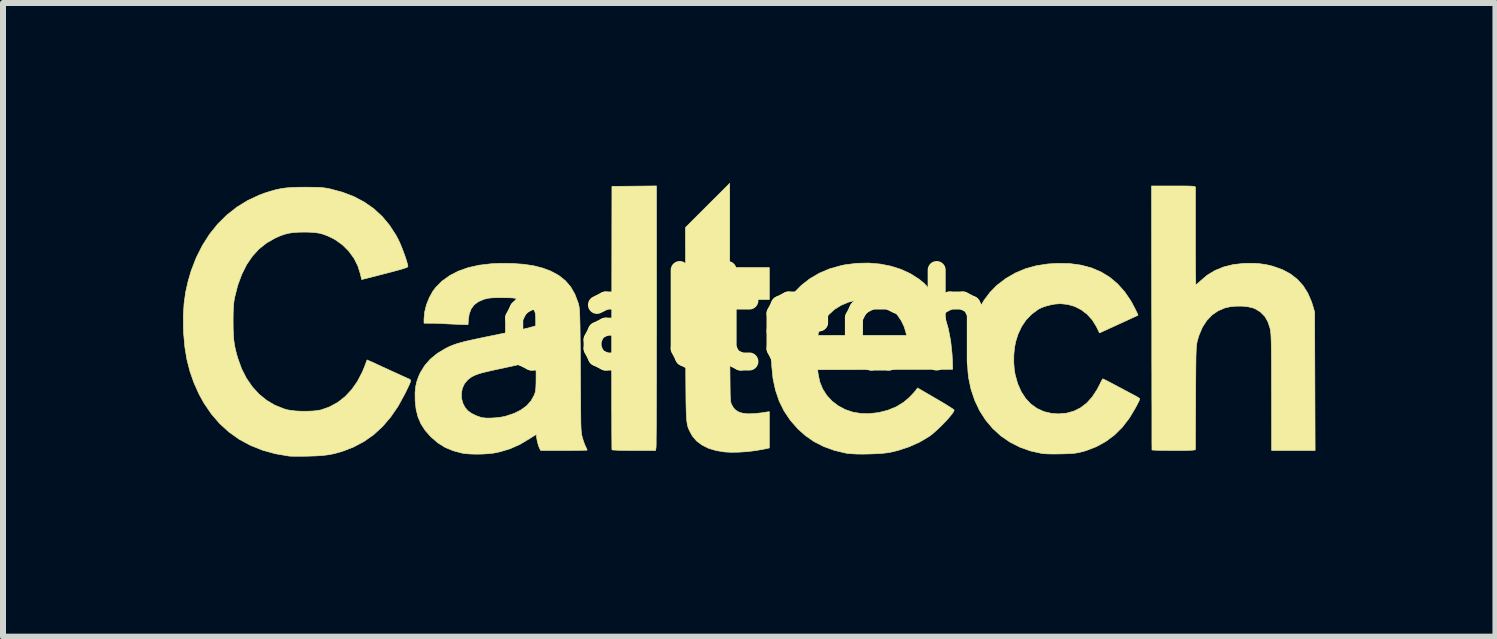
<source format=kicad_pcb>
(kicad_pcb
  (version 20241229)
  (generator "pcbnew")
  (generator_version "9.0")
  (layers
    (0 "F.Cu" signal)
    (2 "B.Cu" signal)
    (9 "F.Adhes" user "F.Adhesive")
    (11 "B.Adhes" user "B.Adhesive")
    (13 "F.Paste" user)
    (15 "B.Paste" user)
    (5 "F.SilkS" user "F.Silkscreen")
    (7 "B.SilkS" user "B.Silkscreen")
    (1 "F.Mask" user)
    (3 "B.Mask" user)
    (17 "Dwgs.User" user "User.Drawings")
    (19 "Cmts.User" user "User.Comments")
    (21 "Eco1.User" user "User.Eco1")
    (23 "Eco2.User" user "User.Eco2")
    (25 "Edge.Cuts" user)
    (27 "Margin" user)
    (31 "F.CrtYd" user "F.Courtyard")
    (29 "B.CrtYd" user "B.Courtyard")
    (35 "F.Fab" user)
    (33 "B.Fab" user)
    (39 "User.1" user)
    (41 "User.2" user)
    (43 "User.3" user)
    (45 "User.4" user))
  (footprint "caltech"
    (layer "F.Cu")
    (at 9.4 2.284)
    (property "Reference" "caltech" (at 0 0 0) (layer "F.SilkS") (effects (font (size 1.524 1.524) (thickness 0.3))))
    (attr through_hole)
    (fp_poly (pts (xy -1.511 -0.083) (xy -1.511 0.15) (xy -1.512 0.376) (xy -1.512 0.595) (xy -1.512 0.804) (xy -1.512 1.003) (xy -1.513 1.19) (xy -1.513 1.364) (xy -1.514 1.523) (xy -1.514 1.667) (xy -1.515 1.793) (xy -1.516 1.901) (xy -1.517 1.989) (xy -1.517 2.056) (xy -1.518 2.1) (xy -1.519 2.12) (xy -1.519 2.121) (xy -1.527 2.172) (xy -1.887 2.172) (xy -1.98 2.171) (xy -2.065 2.17) (xy -2.137 2.169) (xy -2.195 2.166) (xy -2.235 2.164) (xy -2.253 2.161) (xy -2.253 2.16) (xy -2.254 2.147) (xy -2.255 2.109) (xy -2.255 2.048) (xy -2.256 1.966) (xy -2.257 1.864) (xy -2.257 1.743) (xy -2.257 1.604) (xy -2.258 1.449) (xy -2.258 1.279) (xy -2.258 1.095) (xy -2.258 0.899) (xy -2.258 0.692) (xy -2.258 0.476) (xy -2.258 0.25) (xy -2.257 0.018) (xy -2.257 -0.04) (xy -2.254 -2.229) (xy -1.883 -2.232) (xy -1.512 -2.236) (xy -1.511 -0.083)) (stroke (width 0.01) (type solid)) (fill yes) (layer "F.SilkS"))
    (fp_poly (pts (xy -0.292 -0.876) (xy 0.368 -0.876) (xy 0.368 -0.343) (xy -0.293 -0.343) (xy -0.29 0.505) (xy -0.289 0.672) (xy -0.288 0.816) (xy -0.287 0.939) (xy -0.286 1.042) (xy -0.285 1.127) (xy -0.284 1.196) (xy -0.283 1.252) (xy -0.281 1.295) (xy -0.278 1.328) (xy -0.276 1.354) (xy -0.272 1.373) (xy -0.268 1.388) (xy -0.264 1.4) (xy -0.259 1.41) (xy -0.227 1.464) (xy -0.186 1.505) (xy -0.134 1.535) (xy -0.067 1.553) (xy 0.015 1.561) (xy 0.115 1.558) (xy 0.236 1.545) (xy 0.333 1.53) (xy 0.368 1.525) (xy 0.368 2.13) (xy 0.27 2.151) (xy 0.137 2.174) (xy -0.002 2.191) (xy -0.141 2.2) (xy -0.271 2.202) (xy -0.378 2.196) (xy -0.519 2.173) (xy -0.645 2.135) (xy -0.753 2.081) (xy -0.843 2.014) (xy -0.912 1.933) (xy -0.945 1.875) (xy -0.956 1.852) (xy -0.966 1.832) (xy -0.975 1.812) (xy -0.983 1.793) (xy -0.99 1.771) (xy -0.996 1.747) (xy -1.001 1.718) (xy -1.006 1.684) (xy -1.01 1.642) (xy -1.013 1.592) (xy -1.016 1.531) (xy -1.018 1.46) (xy -1.02 1.375) (xy -1.021 1.276) (xy -1.022 1.162) (xy -1.023 1.03) (xy -1.024 0.881) (xy -1.024 0.711) (xy -1.025 0.521) (xy -1.025 0.307) (xy -1.026 0.07) (xy -1.026 0.057) (xy -1.029 -1.543) (xy -0.292 -2.279) (xy -0.292 -0.876)) (stroke (width 0.01) (type solid)) (fill yes) (layer "F.SilkS"))
    (fp_poly (pts (xy 2.212 -0.935) (xy 2.392 -0.9) (xy 2.563 -0.846) (xy 2.72 -0.773) (xy 2.863 -0.682) (xy 2.944 -0.616) (xy 3.052 -0.502) (xy 3.147 -0.368) (xy 3.229 -0.214) (xy 3.297 -0.043) (xy 3.351 0.145) (xy 3.39 0.348) (xy 3.413 0.564) (xy 3.42 0.699) (xy 3.423 0.819) (xy 2.298 0.822) (xy 1.173 0.826) (xy 1.182 0.9) (xy 1.209 1.03) (xy 1.258 1.149) (xy 1.327 1.256) (xy 1.414 1.35) (xy 1.516 1.428) (xy 1.632 1.49) (xy 1.759 1.533) (xy 1.895 1.556) (xy 2.026 1.559) (xy 2.192 1.54) (xy 2.345 1.501) (xy 2.484 1.444) (xy 2.607 1.368) (xy 2.688 1.3) (xy 2.731 1.257) (xy 2.77 1.216) (xy 2.799 1.183) (xy 2.808 1.171) (xy 2.839 1.13) (xy 3.144 1.308) (xy 3.223 1.354) (xy 3.295 1.397) (xy 3.356 1.435) (xy 3.403 1.465) (xy 3.435 1.487) (xy 3.448 1.497) (xy 3.448 1.498) (xy 3.439 1.523) (xy 3.414 1.561) (xy 3.375 1.609) (xy 3.327 1.664) (xy 3.271 1.723) (xy 3.212 1.782) (xy 3.152 1.838) (xy 3.095 1.889) (xy 3.042 1.93) (xy 3.027 1.94) (xy 2.874 2.031) (xy 2.702 2.108) (xy 2.517 2.17) (xy 2.398 2.199) (xy 2.329 2.211) (xy 2.242 2.22) (xy 2.142 2.226) (xy 2.036 2.23) (xy 1.929 2.232) (xy 1.827 2.231) (xy 1.737 2.226) (xy 1.664 2.219) (xy 1.645 2.216) (xy 1.451 2.17) (xy 1.275 2.106) (xy 1.114 2.024) (xy 0.967 1.922) (xy 0.844 1.811) (xy 0.719 1.669) (xy 0.616 1.516) (xy 0.533 1.349) (xy 0.472 1.169) (xy 0.43 0.975) (xy 0.409 0.766) (xy 0.405 0.637) (xy 0.416 0.424) (xy 0.443 0.254) (xy 1.178 0.254) (xy 2.654 0.254) (xy 2.646 0.213) (xy 2.616 0.111) (xy 2.567 0.009) (xy 2.503 -0.086) (xy 2.429 -0.166) (xy 2.429 -0.166) (xy 2.324 -0.245) (xy 2.208 -0.3) (xy 2.083 -0.333) (xy 1.955 -0.343) (xy 1.817 -0.332) (xy 1.685 -0.299) (xy 1.563 -0.247) (xy 1.452 -0.178) (xy 1.358 -0.091) (xy 1.322 -0.048) (xy 1.285 0.007) (xy 1.248 0.069) (xy 1.217 0.131) (xy 1.194 0.186) (xy 1.186 0.216) (xy 1.178 0.254) (xy 0.443 0.254) (xy 0.448 0.222) (xy 0.5 0.033) (xy 0.572 -0.142) (xy 0.663 -0.303) (xy 0.772 -0.448) (xy 0.899 -0.577) (xy 1.042 -0.689) (xy 1.201 -0.782) (xy 1.374 -0.855) (xy 1.563 -0.908) (xy 1.629 -0.922) (xy 1.828 -0.947) (xy 2.023 -0.951) (xy 2.212 -0.935)) (stroke (width 0.01) (type solid)) (fill yes) (layer "F.SilkS"))
    (fp_poly (pts (xy 5.377 -0.942) (xy 5.564 -0.916) (xy 5.737 -0.87) (xy 5.896 -0.802) (xy 6.04 -0.714) (xy 6.171 -0.604) (xy 6.288 -0.473) (xy 6.392 -0.321) (xy 6.448 -0.217) (xy 6.474 -0.165) (xy 6.495 -0.122) (xy 6.508 -0.093) (xy 6.512 -0.082) (xy 6.5 -0.076) (xy 6.468 -0.061) (xy 6.419 -0.039) (xy 6.355 -0.009) (xy 6.281 0.025) (xy 6.198 0.063) (xy 6.189 0.067) (xy 5.87 0.213) (xy 5.818 0.107) (xy 5.75 -0.003) (xy 5.666 -0.096) (xy 5.567 -0.172) (xy 5.458 -0.228) (xy 5.34 -0.262) (xy 5.217 -0.274) (xy 5.129 -0.268) (xy 5.053 -0.254) (xy 4.977 -0.234) (xy 4.909 -0.21) (xy 4.857 -0.185) (xy 4.852 -0.182) (xy 4.739 -0.099) (xy 4.647 -0.004) (xy 4.572 0.106) (xy 4.513 0.233) (xy 4.474 0.355) (xy 4.453 0.461) (xy 4.442 0.581) (xy 4.441 0.706) (xy 4.45 0.827) (xy 4.464 0.908) (xy 4.506 1.058) (xy 4.564 1.19) (xy 4.637 1.303) (xy 4.725 1.397) (xy 4.826 1.47) (xy 4.94 1.523) (xy 5.066 1.553) (xy 5.182 1.562) (xy 5.317 1.551) (xy 5.441 1.517) (xy 5.554 1.461) (xy 5.656 1.383) (xy 5.748 1.281) (xy 5.83 1.156) (xy 5.874 1.071) (xy 5.895 1.028) (xy 5.913 0.995) (xy 5.923 0.979) (xy 5.925 0.978) (xy 5.939 0.984) (xy 5.973 1.001) (xy 6.028 1.029) (xy 6.1 1.067) (xy 6.188 1.114) (xy 6.292 1.169) (xy 6.325 1.186) (xy 6.38 1.216) (xy 6.433 1.244) (xy 6.475 1.266) (xy 6.493 1.276) (xy 6.522 1.294) (xy 6.539 1.308) (xy 6.54 1.311) (xy 6.534 1.332) (xy 6.517 1.369) (xy 6.492 1.418) (xy 6.461 1.475) (xy 6.426 1.534) (xy 6.392 1.591) (xy 6.364 1.635) (xy 6.25 1.784) (xy 6.121 1.912) (xy 5.977 2.02) (xy 5.818 2.108) (xy 5.644 2.175) (xy 5.559 2.198) (xy 5.511 2.209) (xy 5.46 2.217) (xy 5.399 2.222) (xy 5.325 2.226) (xy 5.231 2.229) (xy 5.22 2.229) (xy 5.139 2.23) (xy 5.062 2.23) (xy 4.994 2.228) (xy 4.942 2.225) (xy 4.913 2.222) (xy 4.721 2.18) (xy 4.542 2.116) (xy 4.377 2.032) (xy 4.226 1.928) (xy 4.092 1.806) (xy 3.974 1.666) (xy 3.873 1.51) (xy 3.792 1.338) (xy 3.729 1.151) (xy 3.69 0.966) (xy 3.679 0.87) (xy 3.672 0.758) (xy 3.67 0.639) (xy 3.672 0.52) (xy 3.679 0.41) (xy 3.691 0.318) (xy 3.729 0.145) (xy 3.786 -0.023) (xy 3.859 -0.182) (xy 3.945 -0.329) (xy 4.043 -0.46) (xy 4.151 -0.571) (xy 4.162 -0.581) (xy 4.31 -0.694) (xy 4.467 -0.785) (xy 4.635 -0.856) (xy 4.815 -0.906) (xy 5.009 -0.936) (xy 5.175 -0.946) (xy 5.377 -0.942)) (stroke (width 0.01) (type solid)) (fill yes) (layer "F.SilkS"))
    (fp_poly (pts (xy 7.209 -2.235) (xy 7.292 -2.235) (xy 7.355 -2.234) (xy 7.401 -2.232) (xy 7.433 -2.23) (xy 7.453 -2.227) (xy 7.463 -2.223) (xy 7.467 -2.217) (xy 7.468 -2.213) (xy 7.468 -2.197) (xy 7.468 -2.157) (xy 7.468 -2.097) (xy 7.468 -2.018) (xy 7.468 -1.922) (xy 7.468 -1.812) (xy 7.468 -1.69) (xy 7.468 -1.558) (xy 7.468 -1.419) (xy 7.468 -1.396) (xy 7.468 -1.256) (xy 7.468 -1.124) (xy 7.469 -1.002) (xy 7.469 -0.891) (xy 7.47 -0.795) (xy 7.471 -0.715) (xy 7.473 -0.653) (xy 7.474 -0.612) (xy 7.475 -0.594) (xy 7.476 -0.593) (xy 7.488 -0.597) (xy 7.512 -0.616) (xy 7.544 -0.645) (xy 7.546 -0.648) (xy 7.662 -0.747) (xy 7.792 -0.826) (xy 7.939 -0.886) (xy 8.099 -0.926) (xy 8.273 -0.945) (xy 8.306 -0.946) (xy 8.434 -0.947) (xy 8.547 -0.939) (xy 8.653 -0.923) (xy 8.761 -0.897) (xy 8.766 -0.895) (xy 8.918 -0.841) (xy 9.05 -0.77) (xy 9.165 -0.681) (xy 9.262 -0.574) (xy 9.341 -0.448) (xy 9.403 -0.304) (xy 9.425 -0.235) (xy 9.454 -0.133) (xy 9.462 2.172) (xy 8.738 2.172) (xy 8.737 1.28) (xy 8.736 1.091) (xy 8.736 0.927) (xy 8.736 0.784) (xy 8.735 0.661) (xy 8.734 0.556) (xy 8.733 0.468) (xy 8.732 0.394) (xy 8.73 0.333) (xy 8.728 0.283) (xy 8.726 0.242) (xy 8.723 0.209) (xy 8.719 0.181) (xy 8.716 0.158) (xy 8.711 0.136) (xy 8.711 0.133) (xy 8.675 0.026) (xy 8.623 -0.064) (xy 8.552 -0.135) (xy 8.466 -0.188) (xy 8.423 -0.205) (xy 8.344 -0.223) (xy 8.25 -0.233) (xy 8.151 -0.233) (xy 8.055 -0.225) (xy 7.971 -0.207) (xy 7.962 -0.205) (xy 7.845 -0.155) (xy 7.744 -0.085) (xy 7.657 0.006) (xy 7.585 0.117) (xy 7.529 0.248) (xy 7.503 0.333) (xy 7.498 0.354) (xy 7.493 0.375) (xy 7.489 0.398) (xy 7.486 0.425) (xy 7.483 0.457) (xy 7.481 0.497) (xy 7.479 0.546) (xy 7.477 0.608) (xy 7.476 0.683) (xy 7.475 0.774) (xy 7.474 0.883) (xy 7.473 1.011) (xy 7.472 1.162) (xy 7.471 1.289) (xy 7.471 1.434) (xy 7.47 1.572) (xy 7.469 1.7) (xy 7.469 1.817) (xy 7.468 1.919) (xy 7.468 2.007) (xy 7.468 2.076) (xy 7.468 2.125) (xy 7.467 2.151) (xy 7.467 2.156) (xy 7.462 2.161) (xy 7.444 2.164) (xy 7.412 2.167) (xy 7.362 2.169) (xy 7.294 2.171) (xy 7.204 2.172) (xy 7.106 2.172) (xy 7.013 2.171) (xy 6.929 2.17) (xy 6.857 2.169) (xy 6.8 2.167) (xy 6.761 2.165) (xy 6.744 2.163) (xy 6.744 2.162) (xy 6.744 2.149) (xy 6.744 2.111) (xy 6.743 2.051) (xy 6.743 1.969) (xy 6.743 1.867) (xy 6.743 1.746) (xy 6.743 1.607) (xy 6.743 1.452) (xy 6.742 1.282) (xy 6.742 1.099) (xy 6.742 0.903) (xy 6.741 0.696) (xy 6.741 0.479) (xy 6.741 0.254) (xy 6.741 0.021) (xy 6.74 -0.041) (xy 6.737 -2.235) (xy 7.102 -2.235) (xy 7.209 -2.235)) (stroke (width 0.01) (type solid)) (fill yes) (layer "F.SilkS"))
    (fp_poly (pts (xy -7.267 -2.214) (xy -7.189 -2.213) (xy -7.126 -2.211) (xy -7.074 -2.207) (xy -7.028 -2.201) (xy -6.982 -2.193) (xy -6.952 -2.187) (xy -6.743 -2.131) (xy -6.552 -2.058) (xy -6.379 -1.966) (xy -6.223 -1.857) (xy -6.083 -1.728) (xy -5.96 -1.581) (xy -5.852 -1.414) (xy -5.811 -1.337) (xy -5.787 -1.285) (xy -5.761 -1.223) (xy -5.734 -1.154) (xy -5.709 -1.085) (xy -5.686 -1.019) (xy -5.669 -0.962) (xy -5.657 -0.919) (xy -5.654 -0.893) (xy -5.654 -0.891) (xy -5.663 -0.883) (xy -5.69 -0.872) (xy -5.735 -0.857) (xy -5.799 -0.838) (xy -5.885 -0.815) (xy -5.994 -0.786) (xy -6.041 -0.774) (xy -6.424 -0.676) (xy -6.445 -0.769) (xy -6.488 -0.905) (xy -6.553 -1.033) (xy -6.639 -1.15) (xy -6.742 -1.253) (xy -6.859 -1.337) (xy -6.909 -1.365) (xy -6.99 -1.403) (xy -7.063 -1.431) (xy -7.136 -1.45) (xy -7.216 -1.461) (xy -7.309 -1.466) (xy -7.379 -1.467) (xy -7.483 -1.465) (xy -7.569 -1.459) (xy -7.645 -1.447) (xy -7.716 -1.428) (xy -7.79 -1.401) (xy -7.868 -1.366) (xy -8.008 -1.286) (xy -8.134 -1.186) (xy -8.245 -1.065) (xy -8.341 -0.924) (xy -8.422 -0.762) (xy -8.489 -0.581) (xy -8.54 -0.379) (xy -8.543 -0.362) (xy -8.552 -0.312) (xy -8.558 -0.257) (xy -8.562 -0.192) (xy -8.565 -0.114) (xy -8.566 -0.016) (xy -8.566 0.025) (xy -8.565 0.144) (xy -8.561 0.243) (xy -8.555 0.328) (xy -8.544 0.407) (xy -8.529 0.484) (xy -8.508 0.566) (xy -8.488 0.635) (xy -8.425 0.81) (xy -8.344 0.969) (xy -8.247 1.11) (xy -8.136 1.232) (xy -8.01 1.335) (xy -7.871 1.417) (xy -7.719 1.478) (xy -7.664 1.494) (xy -7.6 1.505) (xy -7.519 1.514) (xy -7.428 1.518) (xy -7.333 1.518) (xy -7.242 1.515) (xy -7.163 1.507) (xy -7.101 1.496) (xy -7.099 1.495) (xy -6.954 1.443) (xy -6.82 1.369) (xy -6.698 1.273) (xy -6.589 1.156) (xy -6.493 1.019) (xy -6.412 0.863) (xy -6.375 0.773) (xy -6.334 0.663) (xy -6.282 0.686) (xy -6.255 0.697) (xy -6.209 0.718) (xy -6.149 0.746) (xy -6.078 0.779) (xy -6 0.814) (xy -5.963 0.832) (xy -5.884 0.868) (xy -5.809 0.902) (xy -5.744 0.932) (xy -5.692 0.955) (xy -5.658 0.971) (xy -5.648 0.975) (xy -5.629 0.983) (xy -5.616 0.991) (xy -5.609 1.003) (xy -5.61 1.021) (xy -5.619 1.048) (xy -5.637 1.089) (xy -5.664 1.145) (xy -5.701 1.221) (xy -5.71 1.238) (xy -5.82 1.439) (xy -5.943 1.617) (xy -6.077 1.773) (xy -6.224 1.908) (xy -6.384 2.021) (xy -6.557 2.113) (xy -6.72 2.177) (xy -6.812 2.206) (xy -6.898 2.228) (xy -6.984 2.244) (xy -7.076 2.255) (xy -7.18 2.262) (xy -7.302 2.266) (xy -7.334 2.267) (xy -7.415 2.268) (xy -7.49 2.268) (xy -7.554 2.268) (xy -7.603 2.267) (xy -7.631 2.265) (xy -7.633 2.265) (xy -7.863 2.226) (xy -8.079 2.166) (xy -8.279 2.085) (xy -8.465 1.985) (xy -8.635 1.864) (xy -8.79 1.723) (xy -8.928 1.563) (xy -9.051 1.383) (xy -9.137 1.226) (xy -9.22 1.04) (xy -9.285 0.853) (xy -9.335 0.66) (xy -9.369 0.456) (xy -9.389 0.236) (xy -9.394 0.133) (xy -9.395 -0.08) (xy -9.383 -0.277) (xy -9.357 -0.465) (xy -9.315 -0.65) (xy -9.265 -0.821) (xy -9.18 -1.041) (xy -9.077 -1.245) (xy -8.957 -1.433) (xy -8.821 -1.602) (xy -8.668 -1.753) (xy -8.501 -1.884) (xy -8.32 -1.995) (xy -8.126 -2.085) (xy -8.032 -2.12) (xy -7.935 -2.15) (xy -7.849 -2.174) (xy -7.766 -2.191) (xy -7.68 -2.203) (xy -7.587 -2.21) (xy -7.48 -2.214) (xy -7.366 -2.215) (xy -7.267 -2.214)) (stroke (width 0.01) (type solid)) (fill yes) (layer "F.SilkS"))
    (fp_poly (pts (xy -3.914 -0.944) (xy -3.727 -0.931) (xy -3.56 -0.906) (xy -3.41 -0.868) (xy -3.276 -0.818) (xy -3.156 -0.754) (xy -3.134 -0.74) (xy -3.03 -0.657) (xy -2.942 -0.555) (xy -2.872 -0.433) (xy -2.819 -0.293) (xy -2.818 -0.292) (xy -2.813 -0.274) (xy -2.808 -0.256) (xy -2.804 -0.236) (xy -2.8 -0.212) (xy -2.797 -0.184) (xy -2.794 -0.15) (xy -2.792 -0.108) (xy -2.79 -0.056) (xy -2.788 0.007) (xy -2.786 0.082) (xy -2.785 0.171) (xy -2.784 0.275) (xy -2.782 0.397) (xy -2.781 0.538) (xy -2.78 0.699) (xy -2.779 0.881) (xy -2.778 1.087) (xy -2.777 1.168) (xy -2.776 1.319) (xy -2.775 1.447) (xy -2.774 1.554) (xy -2.773 1.642) (xy -2.772 1.715) (xy -2.77 1.773) (xy -2.768 1.819) (xy -2.765 1.856) (xy -2.762 1.886) (xy -2.757 1.911) (xy -2.753 1.934) (xy -2.747 1.956) (xy -2.746 1.958) (xy -2.73 2.013) (xy -2.711 2.065) (xy -2.694 2.105) (xy -2.693 2.107) (xy -2.677 2.139) (xy -2.668 2.161) (xy -2.667 2.165) (xy -2.679 2.167) (xy -2.714 2.168) (xy -2.767 2.169) (xy -2.837 2.171) (xy -2.92 2.171) (xy -3.013 2.172) (xy -3.054 2.172) (xy -3.441 2.172) (xy -3.461 2.133) (xy -3.474 2.101) (xy -3.487 2.058) (xy -3.499 2.011) (xy -3.507 1.966) (xy -3.512 1.932) (xy -3.51 1.915) (xy -3.507 1.906) (xy -3.518 1.908) (xy -3.545 1.923) (xy -3.589 1.95) (xy -3.624 1.973) (xy -3.787 2.07) (xy -3.951 2.143) (xy -4.12 2.194) (xy -4.229 2.216) (xy -4.311 2.225) (xy -4.405 2.231) (xy -4.504 2.233) (xy -4.6 2.231) (xy -4.686 2.225) (xy -4.75 2.216) (xy -4.9 2.176) (xy -5.034 2.12) (xy -5.154 2.045) (xy -5.265 1.949) (xy -5.271 1.944) (xy -5.364 1.839) (xy -5.435 1.73) (xy -5.485 1.614) (xy -5.517 1.486) (xy -5.533 1.342) (xy -5.533 1.327) (xy -5.534 1.216) (xy -4.762 1.216) (xy -4.76 1.301) (xy -4.739 1.383) (xy -4.7 1.458) (xy -4.651 1.513) (xy -4.59 1.556) (xy -4.515 1.593) (xy -4.437 1.62) (xy -4.41 1.626) (xy -4.349 1.632) (xy -4.272 1.632) (xy -4.188 1.627) (xy -4.105 1.617) (xy -4.032 1.603) (xy -4.022 1.6) (xy -3.886 1.555) (xy -3.77 1.497) (xy -3.675 1.427) (xy -3.601 1.344) (xy -3.549 1.25) (xy -3.544 1.238) (xy -3.535 1.211) (xy -3.528 1.184) (xy -3.524 1.152) (xy -3.521 1.11) (xy -3.519 1.055) (xy -3.518 0.982) (xy -3.518 0.907) (xy -3.518 0.647) (xy -3.545 0.661) (xy -3.58 0.677) (xy -3.627 0.694) (xy -3.689 0.712) (xy -3.768 0.733) (xy -3.867 0.755) (xy -3.987 0.781) (xy -4.019 0.788) (xy -4.15 0.816) (xy -4.26 0.84) (xy -4.35 0.861) (xy -4.423 0.879) (xy -4.482 0.897) (xy -4.53 0.915) (xy -4.569 0.933) (xy -4.602 0.952) (xy -4.632 0.974) (xy -4.656 0.994) (xy -4.71 1.057) (xy -4.746 1.133) (xy -4.762 1.216) (xy -5.534 1.216) (xy -5.534 1.209) (xy -5.524 1.107) (xy -5.502 1.013) (xy -5.467 0.92) (xy -5.448 0.879) (xy -5.374 0.758) (xy -5.28 0.65) (xy -5.164 0.555) (xy -5.026 0.472) (xy -5.023 0.471) (xy -4.978 0.448) (xy -4.933 0.428) (xy -4.886 0.41) (xy -4.834 0.392) (xy -4.774 0.375) (xy -4.704 0.356) (xy -4.62 0.337) (xy -4.52 0.315) (xy -4.401 0.29) (xy -4.26 0.261) (xy -4.229 0.255) (xy -4.115 0.231) (xy -4.005 0.209) (xy -3.902 0.187) (xy -3.81 0.167) (xy -3.732 0.15) (xy -3.671 0.136) (xy -3.631 0.126) (xy -3.626 0.124) (xy -3.524 0.095) (xy -3.524 -0.013) (xy -3.526 -0.07) (xy -3.53 -0.11) (xy -3.539 -0.142) (xy -3.556 -0.174) (xy -3.559 -0.18) (xy -3.614 -0.249) (xy -3.69 -0.304) (xy -3.787 -0.345) (xy -3.791 -0.346) (xy -3.829 -0.357) (xy -3.866 -0.365) (xy -3.908 -0.37) (xy -3.96 -0.373) (xy -4.028 -0.374) (xy -4.089 -0.375) (xy -4.171 -0.374) (xy -4.234 -0.373) (xy -4.282 -0.369) (xy -4.321 -0.364) (xy -4.358 -0.355) (xy -4.392 -0.346) (xy -4.481 -0.307) (xy -4.55 -0.255) (xy -4.6 -0.188) (xy -4.632 -0.103) (xy -4.645 -0.017) (xy -4.652 0.076) (xy -4.844 0.069) (xy -4.915 0.066) (xy -4.98 0.063) (xy -5.034 0.06) (xy -5.071 0.058) (xy -5.08 0.057) (xy -5.112 0.055) (xy -5.161 0.053) (xy -5.22 0.052) (xy -5.255 0.052) (xy -5.385 0.051) (xy -5.385 -0.022) (xy -5.374 -0.137) (xy -5.344 -0.257) (xy -5.297 -0.374) (xy -5.238 -0.481) (xy -5.192 -0.542) (xy -5.085 -0.65) (xy -4.959 -0.741) (xy -4.814 -0.816) (xy -4.651 -0.874) (xy -4.469 -0.915) (xy -4.268 -0.939) (xy -4.121 -0.946) (xy -3.914 -0.944)) (stroke (width 0.01) (type solid)) (fill yes) (layer "F.SilkS")))
  (gr_rect
    (start -3 -3)
    (end 21.867 7.558)
    (stroke (width 0.1) (type default))
    (fill no)
    (layer "Edge.Cuts")))
</source>
